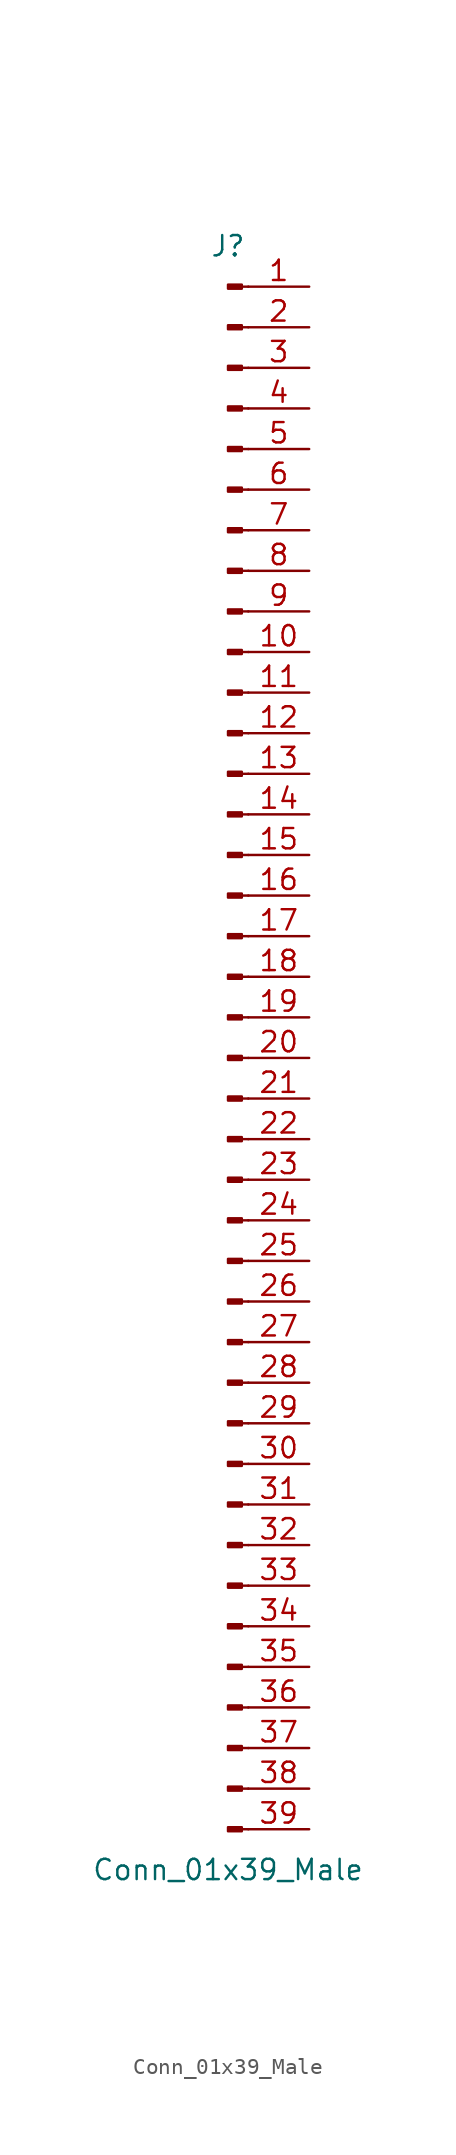
<source format=kicad_sym>
(kicad_symbol_lib
  (version 20201005)
  (generator kicad_symbol_editor)
  (symbol "Conn_01x39_Male"
    (pin_names
      (offset 1.016) hide)
    (property "Reference" "J"
      (at 0 50.8 0)
      (effects (font (size 1.27 1.27))))
    (property "Value" "Conn_01x39_Male"
      (at 0 -50.8 0)
      (effects (font (size 1.27 1.27))))
    (symbol "Conn_01x39_Male_1_1"
      (rectangle (start 0.864 -48.133) (end 0 -48.387) (stroke (width 0.152)) (fill (type outline)))
      (rectangle (start 0.864 -45.593) (end 0 -45.847) (stroke (width 0.152)) (fill (type outline)))
      (rectangle (start 0.864 -43.053) (end 0 -43.307) (stroke (width 0.152)) (fill (type outline)))
      (rectangle (start 0.864 -40.513) (end 0 -40.767) (stroke (width 0.152)) (fill (type outline)))
      (rectangle (start 0.864 -37.973) (end 0 -38.227) (stroke (width 0.152)) (fill (type outline)))
      (rectangle (start 0.864 -35.433) (end 0 -35.687) (stroke (width 0.152)) (fill (type outline)))
      (rectangle (start 0.864 -32.893) (end 0 -33.147) (stroke (width 0.152)) (fill (type outline)))
      (rectangle (start 0.864 -30.353) (end 0 -30.607) (stroke (width 0.152)) (fill (type outline)))
      (rectangle (start 0.864 -27.813) (end 0 -28.067) (stroke (width 0.152)) (fill (type outline)))
      (rectangle (start 0.864 -25.273) (end 0 -25.527) (stroke (width 0.152)) (fill (type outline)))
      (rectangle (start 0.864 -22.733) (end 0 -22.987) (stroke (width 0.152)) (fill (type outline)))
      (rectangle (start 0.864 -20.193) (end 0 -20.447) (stroke (width 0.152)) (fill (type outline)))
      (rectangle (start 0.864 -17.653) (end 0 -17.907) (stroke (width 0.152)) (fill (type outline)))
      (rectangle (start 0.864 -15.113) (end 0 -15.367) (stroke (width 0.152)) (fill (type outline)))
      (rectangle (start 0.864 -12.573) (end 0 -12.827) (stroke (width 0.152)) (fill (type outline)))
      (rectangle (start 0.864 -10.033) (end 0 -10.287) (stroke (width 0.152)) (fill (type outline)))
      (rectangle (start 0.864 -7.493) (end 0 -7.747) (stroke (width 0.152)) (fill (type outline)))
      (rectangle (start 0.864 -4.953) (end 0 -5.207) (stroke (width 0.152)) (fill (type outline)))
      (rectangle (start 0.864 -2.413) (end 0 -2.667) (stroke (width 0.152)) (fill (type outline)))
      (rectangle (start 0.864 0.127) (end 0 -0.127) (stroke (width 0.152)) (fill (type outline)))
      (rectangle (start 0.864 2.667) (end 0 2.413) (stroke (width 0.152)) (fill (type outline)))
      (rectangle (start 0.864 5.207) (end 0 4.953) (stroke (width 0.152)) (fill (type outline)))
      (rectangle (start 0.864 7.747) (end 0 7.493) (stroke (width 0.152)) (fill (type outline)))
      (rectangle (start 0.864 10.287) (end 0 10.033) (stroke (width 0.152)) (fill (type outline)))
      (rectangle (start 0.864 12.827) (end 0 12.573) (stroke (width 0.152)) (fill (type outline)))
      (rectangle (start 0.864 15.367) (end 0 15.113) (stroke (width 0.152)) (fill (type outline)))
      (rectangle (start 0.864 17.907) (end 0 17.653) (stroke (width 0.152)) (fill (type outline)))
      (rectangle (start 0.864 20.447) (end 0 20.193) (stroke (width 0.152)) (fill (type outline)))
      (rectangle (start 0.864 22.987) (end 0 22.733) (stroke (width 0.152)) (fill (type outline)))
      (rectangle (start 0.864 25.527) (end 0 25.273) (stroke (width 0.152)) (fill (type outline)))
      (rectangle (start 0.864 28.067) (end 0 27.813) (stroke (width 0.152)) (fill (type outline)))
      (rectangle (start 0.864 30.607) (end 0 30.353) (stroke (width 0.152)) (fill (type outline)))
      (rectangle (start 0.864 33.147) (end 0 32.893) (stroke (width 0.152)) (fill (type outline)))
      (rectangle (start 0.864 35.687) (end 0 35.433) (stroke (width 0.152)) (fill (type outline)))
      (rectangle (start 0.864 38.227) (end 0 37.973) (stroke (width 0.152)) (fill (type outline)))
      (rectangle (start 0.864 40.767) (end 0 40.513) (stroke (width 0.152)) (fill (type outline)))
      (rectangle (start 0.864 43.307) (end 0 43.053) (stroke (width 0.152)) (fill (type outline)))
      (rectangle (start 0.864 45.847) (end 0 45.593) (stroke (width 0.152)) (fill (type outline)))
      (rectangle (start 0.864 48.387) (end 0 48.133) (stroke (width 0.152)) (fill (type outline)))
      (polyline (pts (xy 1.27 -48.26) (xy 0.864 -48.26)) (stroke (width 0.152)) (fill (type none)))
      (polyline (pts (xy 1.27 -45.72) (xy 0.864 -45.72)) (stroke (width 0.152)) (fill (type none)))
      (polyline (pts (xy 1.27 -43.18) (xy 0.864 -43.18)) (stroke (width 0.152)) (fill (type none)))
      (polyline (pts (xy 1.27 -40.64) (xy 0.864 -40.64)) (stroke (width 0.152)) (fill (type none)))
      (polyline (pts (xy 1.27 -38.1) (xy 0.864 -38.1)) (stroke (width 0.152)) (fill (type none)))
      (polyline (pts (xy 1.27 -35.56) (xy 0.864 -35.56)) (stroke (width 0.152)) (fill (type none)))
      (polyline (pts (xy 1.27 -33.02) (xy 0.864 -33.02)) (stroke (width 0.152)) (fill (type none)))
      (polyline (pts (xy 1.27 -30.48) (xy 0.864 -30.48)) (stroke (width 0.152)) (fill (type none)))
      (polyline (pts (xy 1.27 -27.94) (xy 0.864 -27.94)) (stroke (width 0.152)) (fill (type none)))
      (polyline (pts (xy 1.27 -25.4) (xy 0.864 -25.4)) (stroke (width 0.152)) (fill (type none)))
      (polyline (pts (xy 1.27 -22.86) (xy 0.864 -22.86)) (stroke (width 0.152)) (fill (type none)))
      (polyline (pts (xy 1.27 -20.32) (xy 0.864 -20.32)) (stroke (width 0.152)) (fill (type none)))
      (polyline (pts (xy 1.27 -17.78) (xy 0.864 -17.78)) (stroke (width 0.152)) (fill (type none)))
      (polyline (pts (xy 1.27 -15.24) (xy 0.864 -15.24)) (stroke (width 0.152)) (fill (type none)))
      (polyline (pts (xy 1.27 -12.7) (xy 0.864 -12.7)) (stroke (width 0.152)) (fill (type none)))
      (polyline (pts (xy 1.27 -10.16) (xy 0.864 -10.16)) (stroke (width 0.152)) (fill (type none)))
      (polyline (pts (xy 1.27 -7.62) (xy 0.864 -7.62)) (stroke (width 0.152)) (fill (type none)))
      (polyline (pts (xy 1.27 -5.08) (xy 0.864 -5.08)) (stroke (width 0.152)) (fill (type none)))
      (polyline (pts (xy 1.27 -2.54) (xy 0.864 -2.54)) (stroke (width 0.152)) (fill (type none)))
      (polyline (pts (xy 1.27 0) (xy 0.864 0)) (stroke (width 0.152)) (fill (type none)))
      (polyline (pts (xy 1.27 2.54) (xy 0.864 2.54)) (stroke (width 0.152)) (fill (type none)))
      (polyline (pts (xy 1.27 5.08) (xy 0.864 5.08)) (stroke (width 0.152)) (fill (type none)))
      (polyline (pts (xy 1.27 7.62) (xy 0.864 7.62)) (stroke (width 0.152)) (fill (type none)))
      (polyline (pts (xy 1.27 10.16) (xy 0.864 10.16)) (stroke (width 0.152)) (fill (type none)))
      (polyline (pts (xy 1.27 12.7) (xy 0.864 12.7)) (stroke (width 0.152)) (fill (type none)))
      (polyline (pts (xy 1.27 15.24) (xy 0.864 15.24)) (stroke (width 0.152)) (fill (type none)))
      (polyline (pts (xy 1.27 17.78) (xy 0.864 17.78)) (stroke (width 0.152)) (fill (type none)))
      (polyline (pts (xy 1.27 20.32) (xy 0.864 20.32)) (stroke (width 0.152)) (fill (type none)))
      (polyline (pts (xy 1.27 22.86) (xy 0.864 22.86)) (stroke (width 0.152)) (fill (type none)))
      (polyline (pts (xy 1.27 25.4) (xy 0.864 25.4)) (stroke (width 0.152)) (fill (type none)))
      (polyline (pts (xy 1.27 27.94) (xy 0.864 27.94)) (stroke (width 0.152)) (fill (type none)))
      (polyline (pts (xy 1.27 30.48) (xy 0.864 30.48)) (stroke (width 0.152)) (fill (type none)))
      (polyline (pts (xy 1.27 33.02) (xy 0.864 33.02)) (stroke (width 0.152)) (fill (type none)))
      (polyline (pts (xy 1.27 35.56) (xy 0.864 35.56)) (stroke (width 0.152)) (fill (type none)))
      (polyline (pts (xy 1.27 38.1) (xy 0.864 38.1)) (stroke (width 0.152)) (fill (type none)))
      (polyline (pts (xy 1.27 40.64) (xy 0.864 40.64)) (stroke (width 0.152)) (fill (type none)))
      (polyline (pts (xy 1.27 43.18) (xy 0.864 43.18)) (stroke (width 0.152)) (fill (type none)))
      (polyline (pts (xy 1.27 45.72) (xy 0.864 45.72)) (stroke (width 0.152)) (fill (type none)))
      (polyline (pts (xy 1.27 48.26) (xy 0.864 48.26)) (stroke (width 0.152)) (fill (type none)))
      (pin passive line (at 5.08 48.26 180) (length 3.81) (name "Pin_1" (effects (font (size 1.27 1.27)))) (number "1" (effects (font (size 1.27 1.27)))))
      (pin passive line (at 5.08 25.4 180) (length 3.81) (name "Pin_10" (effects (font (size 1.27 1.27)))) (number "10" (effects (font (size 1.27 1.27)))))
      (pin passive line (at 5.08 22.86 180) (length 3.81) (name "Pin_11" (effects (font (size 1.27 1.27)))) (number "11" (effects (font (size 1.27 1.27)))))
      (pin passive line (at 5.08 20.32 180) (length 3.81) (name "Pin_12" (effects (font (size 1.27 1.27)))) (number "12" (effects (font (size 1.27 1.27)))))
      (pin passive line (at 5.08 17.78 180) (length 3.81) (name "Pin_13" (effects (font (size 1.27 1.27)))) (number "13" (effects (font (size 1.27 1.27)))))
      (pin passive line (at 5.08 15.24 180) (length 3.81) (name "Pin_14" (effects (font (size 1.27 1.27)))) (number "14" (effects (font (size 1.27 1.27)))))
      (pin passive line (at 5.08 12.7 180) (length 3.81) (name "Pin_15" (effects (font (size 1.27 1.27)))) (number "15" (effects (font (size 1.27 1.27)))))
      (pin passive line (at 5.08 10.16 180) (length 3.81) (name "Pin_16" (effects (font (size 1.27 1.27)))) (number "16" (effects (font (size 1.27 1.27)))))
      (pin passive line (at 5.08 7.62 180) (length 3.81) (name "Pin_17" (effects (font (size 1.27 1.27)))) (number "17" (effects (font (size 1.27 1.27)))))
      (pin passive line (at 5.08 5.08 180) (length 3.81) (name "Pin_18" (effects (font (size 1.27 1.27)))) (number "18" (effects (font (size 1.27 1.27)))))
      (pin passive line (at 5.08 2.54 180) (length 3.81) (name "Pin_19" (effects (font (size 1.27 1.27)))) (number "19" (effects (font (size 1.27 1.27)))))
      (pin passive line (at 5.08 45.72 180) (length 3.81) (name "Pin_2" (effects (font (size 1.27 1.27)))) (number "2" (effects (font (size 1.27 1.27)))))
      (pin passive line (at 5.08 0 180) (length 3.81) (name "Pin_20" (effects (font (size 1.27 1.27)))) (number "20" (effects (font (size 1.27 1.27)))))
      (pin passive line (at 5.08 -2.54 180) (length 3.81) (name "Pin_21" (effects (font (size 1.27 1.27)))) (number "21" (effects (font (size 1.27 1.27)))))
      (pin passive line (at 5.08 -5.08 180) (length 3.81) (name "Pin_22" (effects (font (size 1.27 1.27)))) (number "22" (effects (font (size 1.27 1.27)))))
      (pin passive line (at 5.08 -7.62 180) (length 3.81) (name "Pin_23" (effects (font (size 1.27 1.27)))) (number "23" (effects (font (size 1.27 1.27)))))
      (pin passive line (at 5.08 -10.16 180) (length 3.81) (name "Pin_24" (effects (font (size 1.27 1.27)))) (number "24" (effects (font (size 1.27 1.27)))))
      (pin passive line (at 5.08 -12.7 180) (length 3.81) (name "Pin_25" (effects (font (size 1.27 1.27)))) (number "25" (effects (font (size 1.27 1.27)))))
      (pin passive line (at 5.08 -15.24 180) (length 3.81) (name "Pin_26" (effects (font (size 1.27 1.27)))) (number "26" (effects (font (size 1.27 1.27)))))
      (pin passive line (at 5.08 -17.78 180) (length 3.81) (name "Pin_27" (effects (font (size 1.27 1.27)))) (number "27" (effects (font (size 1.27 1.27)))))
      (pin passive line (at 5.08 -20.32 180) (length 3.81) (name "Pin_28" (effects (font (size 1.27 1.27)))) (number "28" (effects (font (size 1.27 1.27)))))
      (pin passive line (at 5.08 -22.86 180) (length 3.81) (name "Pin_29" (effects (font (size 1.27 1.27)))) (number "29" (effects (font (size 1.27 1.27)))))
      (pin passive line (at 5.08 43.18 180) (length 3.81) (name "Pin_3" (effects (font (size 1.27 1.27)))) (number "3" (effects (font (size 1.27 1.27)))))
      (pin passive line (at 5.08 -25.4 180) (length 3.81) (name "Pin_30" (effects (font (size 1.27 1.27)))) (number "30" (effects (font (size 1.27 1.27)))))
      (pin passive line (at 5.08 -27.94 180) (length 3.81) (name "Pin_31" (effects (font (size 1.27 1.27)))) (number "31" (effects (font (size 1.27 1.27)))))
      (pin passive line (at 5.08 -30.48 180) (length 3.81) (name "Pin_32" (effects (font (size 1.27 1.27)))) (number "32" (effects (font (size 1.27 1.27)))))
      (pin passive line (at 5.08 -33.02 180) (length 3.81) (name "Pin_33" (effects (font (size 1.27 1.27)))) (number "33" (effects (font (size 1.27 1.27)))))
      (pin passive line (at 5.08 -35.56 180) (length 3.81) (name "Pin_34" (effects (font (size 1.27 1.27)))) (number "34" (effects (font (size 1.27 1.27)))))
      (pin passive line (at 5.08 -38.1 180) (length 3.81) (name "Pin_35" (effects (font (size 1.27 1.27)))) (number "35" (effects (font (size 1.27 1.27)))))
      (pin passive line (at 5.08 -40.64 180) (length 3.81) (name "Pin_36" (effects (font (size 1.27 1.27)))) (number "36" (effects (font (size 1.27 1.27)))))
      (pin passive line (at 5.08 -43.18 180) (length 3.81) (name "Pin_37" (effects (font (size 1.27 1.27)))) (number "37" (effects (font (size 1.27 1.27)))))
      (pin passive line (at 5.08 -45.72 180) (length 3.81) (name "Pin_38" (effects (font (size 1.27 1.27)))) (number "38" (effects (font (size 1.27 1.27)))))
      (pin passive line (at 5.08 -48.26 180) (length 3.81) (name "Pin_39" (effects (font (size 1.27 1.27)))) (number "39" (effects (font (size 1.27 1.27)))))
      (pin passive line (at 5.08 40.64 180) (length 3.81) (name "Pin_4" (effects (font (size 1.27 1.27)))) (number "4" (effects (font (size 1.27 1.27)))))
      (pin passive line (at 5.08 38.1 180) (length 3.81) (name "Pin_5" (effects (font (size 1.27 1.27)))) (number "5" (effects (font (size 1.27 1.27)))))
      (pin passive line (at 5.08 35.56 180) (length 3.81) (name "Pin_6" (effects (font (size 1.27 1.27)))) (number "6" (effects (font (size 1.27 1.27)))))
      (pin passive line (at 5.08 33.02 180) (length 3.81) (name "Pin_7" (effects (font (size 1.27 1.27)))) (number "7" (effects (font (size 1.27 1.27)))))
      (pin passive line (at 5.08 30.48 180) (length 3.81) (name "Pin_8" (effects (font (size 1.27 1.27)))) (number "8" (effects (font (size 1.27 1.27)))))
      (pin passive line (at 5.08 27.94 180) (length 3.81) (name "Pin_9" (effects (font (size 1.27 1.27)))) (number "9" (effects (font (size 1.27 1.27))))))))
</source>
